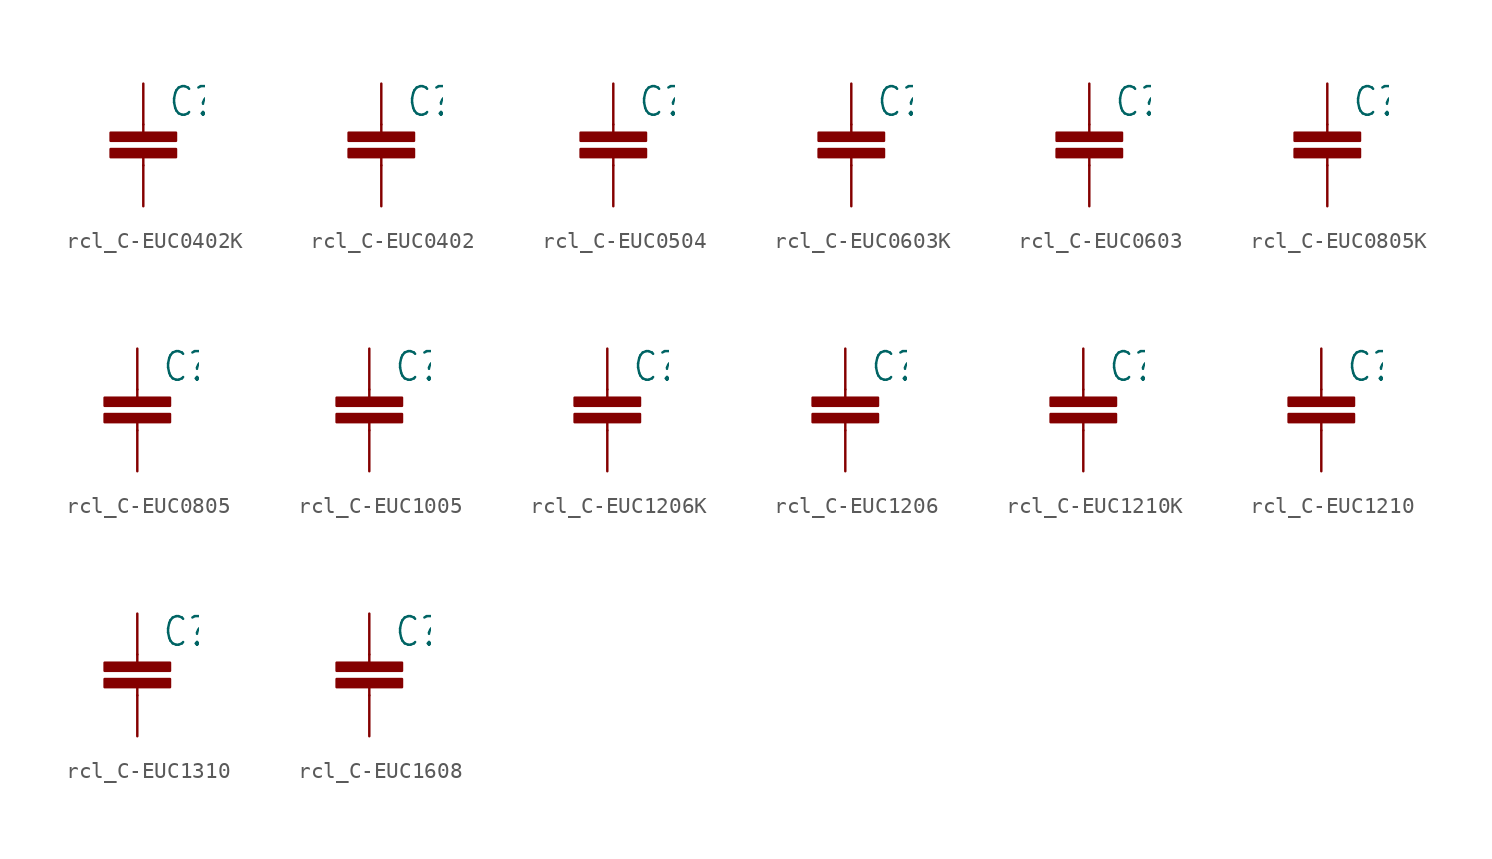
<source format=kicad_sym>
(kicad_symbol_lib
  (version 20241209)
  (generator "kicad_symbol_editor")
  (generator_version "9.0")
  (symbol "rcl_C-EUC0402K"
    (property "Reference" "C"
      (at 1.524 0.381 0)
      (effects (font (size 1.778 1.511)) (justify left bottom)))
    (property "Value" ""
      (at 1.524 -4.699 0)
      (effects (font (size 1.778 1.511)) (justify left bottom)))
    (property "ki_locked" ""
      (at 0 0 0)
      (effects (font (size 1.27 1.27))))
    (symbol "rcl_C-EUC0402K_1_0"
      (rectangle (start -2.032 -1.016) (end 2.032 -0.508) (stroke (width 0) (type default)) (fill (type outline)))
      (rectangle (start -2.032 -2.032) (end 2.032 -1.524) (stroke (width 0) (type default)) (fill (type outline)))
      (polyline (pts (xy 0 0) (xy 0 -0.508)) (stroke (width 0.152) (type solid)) (fill (type none)))
      (polyline (pts (xy 0 -2.54) (xy 0 -2.032)) (stroke (width 0.152) (type solid)) (fill (type none)))
      (pin passive line (at 0 2.54 270) (length 2.54) (name "1" (effects (font (size 0 0)))) (number "1" (effects (font (size 0 0)))))
      (pin passive line (at 0 -5.08 90) (length 2.54) (name "2" (effects (font (size 0 0)))) (number "2" (effects (font (size 0 0)))))))
  (symbol "rcl_C-EUC0402"
    (property "Reference" "C"
      (at 1.524 0.381 0)
      (effects (font (size 1.778 1.511)) (justify left bottom)))
    (property "Value" ""
      (at 1.524 -4.699 0)
      (effects (font (size 1.778 1.511)) (justify left bottom)))
    (property "ki_locked" ""
      (at 0 0 0)
      (effects (font (size 1.27 1.27))))
    (symbol "rcl_C-EUC0402_1_0"
      (rectangle (start -2.032 -1.016) (end 2.032 -0.508) (stroke (width 0) (type default)) (fill (type outline)))
      (rectangle (start -2.032 -2.032) (end 2.032 -1.524) (stroke (width 0) (type default)) (fill (type outline)))
      (polyline (pts (xy 0 0) (xy 0 -0.508)) (stroke (width 0.152) (type solid)) (fill (type none)))
      (polyline (pts (xy 0 -2.54) (xy 0 -2.032)) (stroke (width 0.152) (type solid)) (fill (type none)))
      (pin passive line (at 0 2.54 270) (length 2.54) (name "1" (effects (font (size 0 0)))) (number "1" (effects (font (size 0 0)))))
      (pin passive line (at 0 -5.08 90) (length 2.54) (name "2" (effects (font (size 0 0)))) (number "2" (effects (font (size 0 0)))))))
  (symbol "rcl_C-EUC0504"
    (property "Reference" "C"
      (at 1.524 0.381 0)
      (effects (font (size 1.778 1.511)) (justify left bottom)))
    (property "Value" ""
      (at 1.524 -4.699 0)
      (effects (font (size 1.778 1.511)) (justify left bottom)))
    (property "ki_locked" ""
      (at 0 0 0)
      (effects (font (size 1.27 1.27))))
    (symbol "rcl_C-EUC0504_1_0"
      (rectangle (start -2.032 -1.016) (end 2.032 -0.508) (stroke (width 0) (type default)) (fill (type outline)))
      (rectangle (start -2.032 -2.032) (end 2.032 -1.524) (stroke (width 0) (type default)) (fill (type outline)))
      (polyline (pts (xy 0 0) (xy 0 -0.508)) (stroke (width 0.152) (type solid)) (fill (type none)))
      (polyline (pts (xy 0 -2.54) (xy 0 -2.032)) (stroke (width 0.152) (type solid)) (fill (type none)))
      (pin passive line (at 0 2.54 270) (length 2.54) (name "1" (effects (font (size 0 0)))) (number "1" (effects (font (size 0 0)))))
      (pin passive line (at 0 -5.08 90) (length 2.54) (name "2" (effects (font (size 0 0)))) (number "2" (effects (font (size 0 0)))))))
  (symbol "rcl_C-EUC0603K"
    (property "Reference" "C"
      (at 1.524 0.381 0)
      (effects (font (size 1.778 1.511)) (justify left bottom)))
    (property "Value" ""
      (at 1.524 -4.699 0)
      (effects (font (size 1.778 1.511)) (justify left bottom)))
    (property "ki_locked" ""
      (at 0 0 0)
      (effects (font (size 1.27 1.27))))
    (symbol "rcl_C-EUC0603K_1_0"
      (rectangle (start -2.032 -1.016) (end 2.032 -0.508) (stroke (width 0) (type default)) (fill (type outline)))
      (rectangle (start -2.032 -2.032) (end 2.032 -1.524) (stroke (width 0) (type default)) (fill (type outline)))
      (polyline (pts (xy 0 0) (xy 0 -0.508)) (stroke (width 0.152) (type solid)) (fill (type none)))
      (polyline (pts (xy 0 -2.54) (xy 0 -2.032)) (stroke (width 0.152) (type solid)) (fill (type none)))
      (pin passive line (at 0 2.54 270) (length 2.54) (name "1" (effects (font (size 0 0)))) (number "1" (effects (font (size 0 0)))))
      (pin passive line (at 0 -5.08 90) (length 2.54) (name "2" (effects (font (size 0 0)))) (number "2" (effects (font (size 0 0)))))))
  (symbol "rcl_C-EUC0603"
    (property "Reference" "C"
      (at 1.524 0.381 0)
      (effects (font (size 1.778 1.511)) (justify left bottom)))
    (property "Value" ""
      (at 1.524 -4.699 0)
      (effects (font (size 1.778 1.511)) (justify left bottom)))
    (property "ki_locked" ""
      (at 0 0 0)
      (effects (font (size 1.27 1.27))))
    (symbol "rcl_C-EUC0603_1_0"
      (rectangle (start -2.032 -1.016) (end 2.032 -0.508) (stroke (width 0) (type default)) (fill (type outline)))
      (rectangle (start -2.032 -2.032) (end 2.032 -1.524) (stroke (width 0) (type default)) (fill (type outline)))
      (polyline (pts (xy 0 0) (xy 0 -0.508)) (stroke (width 0.152) (type solid)) (fill (type none)))
      (polyline (pts (xy 0 -2.54) (xy 0 -2.032)) (stroke (width 0.152) (type solid)) (fill (type none)))
      (pin passive line (at 0 2.54 270) (length 2.54) (name "1" (effects (font (size 0 0)))) (number "1" (effects (font (size 0 0)))))
      (pin passive line (at 0 -5.08 90) (length 2.54) (name "2" (effects (font (size 0 0)))) (number "2" (effects (font (size 0 0)))))))
  (symbol "rcl_C-EUC0805K"
    (property "Reference" "C"
      (at 1.524 0.381 0)
      (effects (font (size 1.778 1.511)) (justify left bottom)))
    (property "Value" ""
      (at 1.524 -4.699 0)
      (effects (font (size 1.778 1.511)) (justify left bottom)))
    (property "ki_locked" ""
      (at 0 0 0)
      (effects (font (size 1.27 1.27))))
    (symbol "rcl_C-EUC0805K_1_0"
      (rectangle (start -2.032 -1.016) (end 2.032 -0.508) (stroke (width 0) (type default)) (fill (type outline)))
      (rectangle (start -2.032 -2.032) (end 2.032 -1.524) (stroke (width 0) (type default)) (fill (type outline)))
      (polyline (pts (xy 0 0) (xy 0 -0.508)) (stroke (width 0.152) (type solid)) (fill (type none)))
      (polyline (pts (xy 0 -2.54) (xy 0 -2.032)) (stroke (width 0.152) (type solid)) (fill (type none)))
      (pin passive line (at 0 2.54 270) (length 2.54) (name "1" (effects (font (size 0 0)))) (number "1" (effects (font (size 0 0)))))
      (pin passive line (at 0 -5.08 90) (length 2.54) (name "2" (effects (font (size 0 0)))) (number "2" (effects (font (size 0 0)))))))
  (symbol "rcl_C-EUC0805"
    (property "Reference" "C"
      (at 1.524 0.381 0)
      (effects (font (size 1.778 1.511)) (justify left bottom)))
    (property "Value" ""
      (at 1.524 -4.699 0)
      (effects (font (size 1.778 1.511)) (justify left bottom)))
    (property "ki_locked" ""
      (at 0 0 0)
      (effects (font (size 1.27 1.27))))
    (symbol "rcl_C-EUC0805_1_0"
      (rectangle (start -2.032 -1.016) (end 2.032 -0.508) (stroke (width 0) (type default)) (fill (type outline)))
      (rectangle (start -2.032 -2.032) (end 2.032 -1.524) (stroke (width 0) (type default)) (fill (type outline)))
      (polyline (pts (xy 0 0) (xy 0 -0.508)) (stroke (width 0.152) (type solid)) (fill (type none)))
      (polyline (pts (xy 0 -2.54) (xy 0 -2.032)) (stroke (width 0.152) (type solid)) (fill (type none)))
      (pin passive line (at 0 2.54 270) (length 2.54) (name "1" (effects (font (size 0 0)))) (number "1" (effects (font (size 0 0)))))
      (pin passive line (at 0 -5.08 90) (length 2.54) (name "2" (effects (font (size 0 0)))) (number "2" (effects (font (size 0 0)))))))
  (symbol "rcl_C-EUC1005"
    (property "Reference" "C"
      (at 1.524 0.381 0)
      (effects (font (size 1.778 1.511)) (justify left bottom)))
    (property "Value" ""
      (at 1.524 -4.699 0)
      (effects (font (size 1.778 1.511)) (justify left bottom)))
    (property "ki_locked" ""
      (at 0 0 0)
      (effects (font (size 1.27 1.27))))
    (symbol "rcl_C-EUC1005_1_0"
      (rectangle (start -2.032 -1.016) (end 2.032 -0.508) (stroke (width 0) (type default)) (fill (type outline)))
      (rectangle (start -2.032 -2.032) (end 2.032 -1.524) (stroke (width 0) (type default)) (fill (type outline)))
      (polyline (pts (xy 0 0) (xy 0 -0.508)) (stroke (width 0.152) (type solid)) (fill (type none)))
      (polyline (pts (xy 0 -2.54) (xy 0 -2.032)) (stroke (width 0.152) (type solid)) (fill (type none)))
      (pin passive line (at 0 2.54 270) (length 2.54) (name "1" (effects (font (size 0 0)))) (number "1" (effects (font (size 0 0)))))
      (pin passive line (at 0 -5.08 90) (length 2.54) (name "2" (effects (font (size 0 0)))) (number "2" (effects (font (size 0 0)))))))
  (symbol "rcl_C-EUC1206K"
    (property "Reference" "C"
      (at 1.524 0.381 0)
      (effects (font (size 1.778 1.511)) (justify left bottom)))
    (property "Value" ""
      (at 1.524 -4.699 0)
      (effects (font (size 1.778 1.511)) (justify left bottom)))
    (property "ki_locked" ""
      (at 0 0 0)
      (effects (font (size 1.27 1.27))))
    (symbol "rcl_C-EUC1206K_1_0"
      (rectangle (start -2.032 -1.016) (end 2.032 -0.508) (stroke (width 0) (type default)) (fill (type outline)))
      (rectangle (start -2.032 -2.032) (end 2.032 -1.524) (stroke (width 0) (type default)) (fill (type outline)))
      (polyline (pts (xy 0 0) (xy 0 -0.508)) (stroke (width 0.152) (type solid)) (fill (type none)))
      (polyline (pts (xy 0 -2.54) (xy 0 -2.032)) (stroke (width 0.152) (type solid)) (fill (type none)))
      (pin passive line (at 0 2.54 270) (length 2.54) (name "1" (effects (font (size 0 0)))) (number "1" (effects (font (size 0 0)))))
      (pin passive line (at 0 -5.08 90) (length 2.54) (name "2" (effects (font (size 0 0)))) (number "2" (effects (font (size 0 0)))))))
  (symbol "rcl_C-EUC1206"
    (property "Reference" "C"
      (at 1.524 0.381 0)
      (effects (font (size 1.778 1.511)) (justify left bottom)))
    (property "Value" ""
      (at 1.524 -4.699 0)
      (effects (font (size 1.778 1.511)) (justify left bottom)))
    (property "ki_locked" ""
      (at 0 0 0)
      (effects (font (size 1.27 1.27))))
    (symbol "rcl_C-EUC1206_1_0"
      (rectangle (start -2.032 -1.016) (end 2.032 -0.508) (stroke (width 0) (type default)) (fill (type outline)))
      (rectangle (start -2.032 -2.032) (end 2.032 -1.524) (stroke (width 0) (type default)) (fill (type outline)))
      (polyline (pts (xy 0 0) (xy 0 -0.508)) (stroke (width 0.152) (type solid)) (fill (type none)))
      (polyline (pts (xy 0 -2.54) (xy 0 -2.032)) (stroke (width 0.152) (type solid)) (fill (type none)))
      (pin passive line (at 0 2.54 270) (length 2.54) (name "1" (effects (font (size 0 0)))) (number "1" (effects (font (size 0 0)))))
      (pin passive line (at 0 -5.08 90) (length 2.54) (name "2" (effects (font (size 0 0)))) (number "2" (effects (font (size 0 0)))))))
  (symbol "rcl_C-EUC1210K"
    (property "Reference" "C"
      (at 1.524 0.381 0)
      (effects (font (size 1.778 1.511)) (justify left bottom)))
    (property "Value" ""
      (at 1.524 -4.699 0)
      (effects (font (size 1.778 1.511)) (justify left bottom)))
    (property "ki_locked" ""
      (at 0 0 0)
      (effects (font (size 1.27 1.27))))
    (symbol "rcl_C-EUC1210K_1_0"
      (rectangle (start -2.032 -1.016) (end 2.032 -0.508) (stroke (width 0) (type default)) (fill (type outline)))
      (rectangle (start -2.032 -2.032) (end 2.032 -1.524) (stroke (width 0) (type default)) (fill (type outline)))
      (polyline (pts (xy 0 0) (xy 0 -0.508)) (stroke (width 0.152) (type solid)) (fill (type none)))
      (polyline (pts (xy 0 -2.54) (xy 0 -2.032)) (stroke (width 0.152) (type solid)) (fill (type none)))
      (pin passive line (at 0 2.54 270) (length 2.54) (name "1" (effects (font (size 0 0)))) (number "1" (effects (font (size 0 0)))))
      (pin passive line (at 0 -5.08 90) (length 2.54) (name "2" (effects (font (size 0 0)))) (number "2" (effects (font (size 0 0)))))))
  (symbol "rcl_C-EUC1210"
    (property "Reference" "C"
      (at 1.524 0.381 0)
      (effects (font (size 1.778 1.511)) (justify left bottom)))
    (property "Value" ""
      (at 1.524 -4.699 0)
      (effects (font (size 1.778 1.511)) (justify left bottom)))
    (property "ki_locked" ""
      (at 0 0 0)
      (effects (font (size 1.27 1.27))))
    (symbol "rcl_C-EUC1210_1_0"
      (rectangle (start -2.032 -1.016) (end 2.032 -0.508) (stroke (width 0) (type default)) (fill (type outline)))
      (rectangle (start -2.032 -2.032) (end 2.032 -1.524) (stroke (width 0) (type default)) (fill (type outline)))
      (polyline (pts (xy 0 0) (xy 0 -0.508)) (stroke (width 0.152) (type solid)) (fill (type none)))
      (polyline (pts (xy 0 -2.54) (xy 0 -2.032)) (stroke (width 0.152) (type solid)) (fill (type none)))
      (pin passive line (at 0 2.54 270) (length 2.54) (name "1" (effects (font (size 0 0)))) (number "1" (effects (font (size 0 0)))))
      (pin passive line (at 0 -5.08 90) (length 2.54) (name "2" (effects (font (size 0 0)))) (number "2" (effects (font (size 0 0)))))))
  (symbol "rcl_C-EUC1310"
    (property "Reference" "C"
      (at 1.524 0.381 0)
      (effects (font (size 1.778 1.511)) (justify left bottom)))
    (property "Value" ""
      (at 1.524 -4.699 0)
      (effects (font (size 1.778 1.511)) (justify left bottom)))
    (property "ki_locked" ""
      (at 0 0 0)
      (effects (font (size 1.27 1.27))))
    (symbol "rcl_C-EUC1310_1_0"
      (rectangle (start -2.032 -1.016) (end 2.032 -0.508) (stroke (width 0) (type default)) (fill (type outline)))
      (rectangle (start -2.032 -2.032) (end 2.032 -1.524) (stroke (width 0) (type default)) (fill (type outline)))
      (polyline (pts (xy 0 0) (xy 0 -0.508)) (stroke (width 0.152) (type solid)) (fill (type none)))
      (polyline (pts (xy 0 -2.54) (xy 0 -2.032)) (stroke (width 0.152) (type solid)) (fill (type none)))
      (pin passive line (at 0 2.54 270) (length 2.54) (name "1" (effects (font (size 0 0)))) (number "1" (effects (font (size 0 0)))))
      (pin passive line (at 0 -5.08 90) (length 2.54) (name "2" (effects (font (size 0 0)))) (number "2" (effects (font (size 0 0)))))))
  (symbol "rcl_C-EUC1608"
    (property "Reference" "C"
      (at 1.524 0.381 0)
      (effects (font (size 1.778 1.511)) (justify left bottom)))
    (property "Value" ""
      (at 1.524 -4.699 0)
      (effects (font (size 1.778 1.511)) (justify left bottom)))
    (property "ki_locked" ""
      (at 0 0 0)
      (effects (font (size 1.27 1.27))))
    (symbol "rcl_C-EUC1608_1_0"
      (rectangle (start -2.032 -1.016) (end 2.032 -0.508) (stroke (width 0) (type default)) (fill (type outline)))
      (rectangle (start -2.032 -2.032) (end 2.032 -1.524) (stroke (width 0) (type default)) (fill (type outline)))
      (polyline (pts (xy 0 0) (xy 0 -0.508)) (stroke (width 0.152) (type solid)) (fill (type none)))
      (polyline (pts (xy 0 -2.54) (xy 0 -2.032)) (stroke (width 0.152) (type solid)) (fill (type none)))
      (pin passive line (at 0 2.54 270) (length 2.54) (name "1" (effects (font (size 0 0)))) (number "1" (effects (font (size 0 0)))))
      (pin passive line (at 0 -5.08 90) (length 2.54) (name "2" (effects (font (size 0 0)))) (number "2" (effects (font (size 0 0))))))))
</source>
